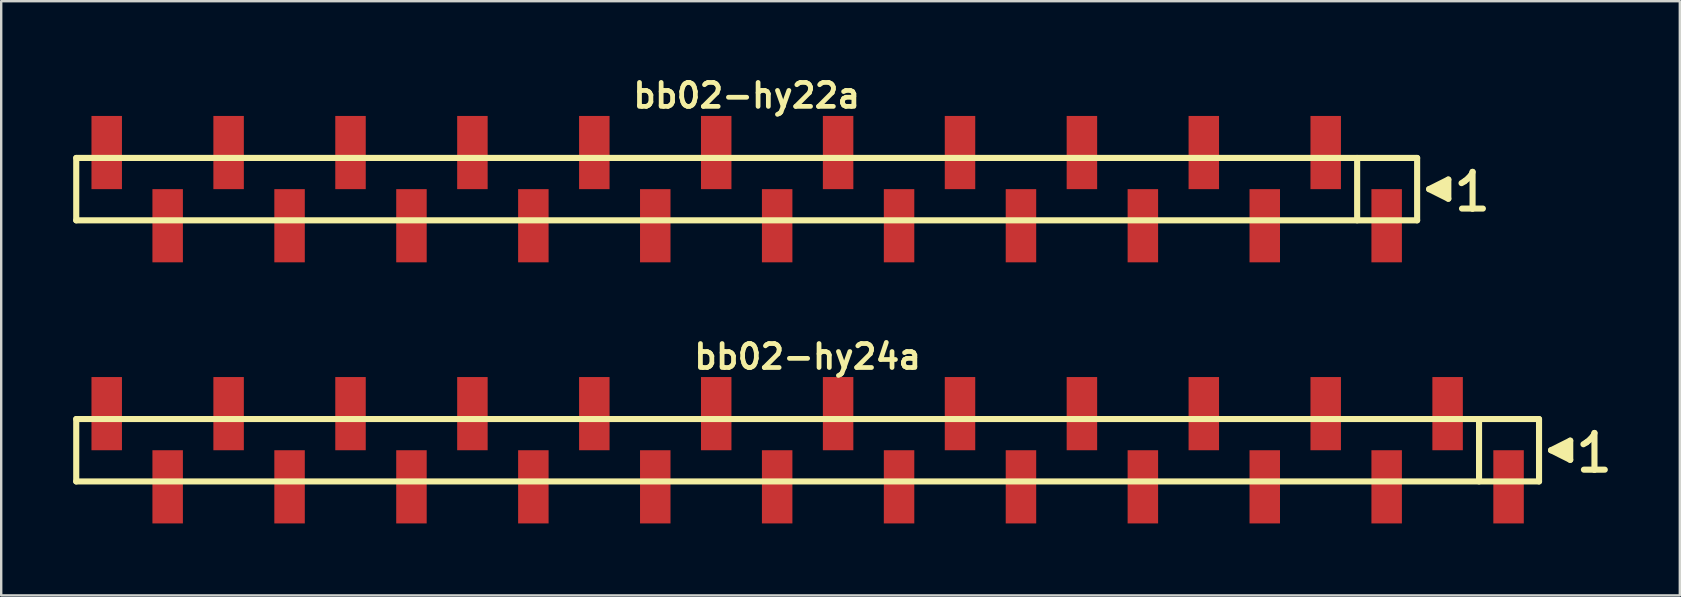
<source format=kicad_pcb>
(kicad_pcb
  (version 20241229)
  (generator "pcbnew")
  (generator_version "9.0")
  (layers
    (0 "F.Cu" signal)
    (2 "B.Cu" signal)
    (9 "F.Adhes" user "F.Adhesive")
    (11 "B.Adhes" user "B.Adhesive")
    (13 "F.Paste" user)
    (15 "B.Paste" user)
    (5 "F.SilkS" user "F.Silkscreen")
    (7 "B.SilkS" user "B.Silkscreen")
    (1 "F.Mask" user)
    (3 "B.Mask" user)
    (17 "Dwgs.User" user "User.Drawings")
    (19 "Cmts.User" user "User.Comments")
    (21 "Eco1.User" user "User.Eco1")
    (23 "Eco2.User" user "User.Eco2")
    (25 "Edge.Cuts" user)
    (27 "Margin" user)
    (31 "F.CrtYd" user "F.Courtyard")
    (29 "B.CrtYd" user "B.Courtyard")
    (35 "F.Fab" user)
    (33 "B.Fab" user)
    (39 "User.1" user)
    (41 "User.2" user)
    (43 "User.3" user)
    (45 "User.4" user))
  (footprint "bb02-hy22a"
    (layer "F.Cu")
    (at 28.067 4.832)
    (property "Reference" "bb02-hy22a" (at 0 -3.9 0) (layer "F.SilkS") (effects (font (size 0.998 0.998) (thickness 0.198))))
    (attr through_hole)
    (fp_line (start -27.94 -1.3) (end 27.94 -1.3) (stroke (width 0.254) (type solid)) (layer "F.SilkS"))
    (fp_line (start -27.94 1.3) (end -27.94 -1.3) (stroke (width 0.254) (type solid)) (layer "F.SilkS"))
    (fp_line (start 25.44 1.3) (end 25.44 -1.3) (stroke (width 0.254) (type solid)) (layer "F.SilkS"))
    (fp_line (start 27.94 -1.3) (end 27.94 1.3) (stroke (width 0.254) (type solid)) (layer "F.SilkS"))
    (fp_line (start 27.94 1.3) (end -27.94 1.3) (stroke (width 0.254) (type solid)) (layer "F.SilkS"))
    (fp_line (start 28.44 0) (end 29.24 0.4) (stroke (width 0.254) (type solid)) (layer "F.SilkS"))
    (fp_line (start 28.74 0.1) (end 28.74 -0.1) (stroke (width 0.254) (type solid)) (layer "F.SilkS"))
    (fp_line (start 28.84 -0.1) (end 28.84 0.1) (stroke (width 0.254) (type solid)) (layer "F.SilkS"))
    (fp_line (start 28.94 0.2) (end 28.94 -0.2) (stroke (width 0.254) (type solid)) (layer "F.SilkS"))
    (fp_line (start 29.04 -0.2) (end 29.04 0.2) (stroke (width 0.254) (type solid)) (layer "F.SilkS"))
    (fp_line (start 29.14 0.3) (end 29.14 -0.3) (stroke (width 0.254) (type solid)) (layer "F.SilkS"))
    (fp_line (start 29.24 -0.4) (end 28.44 0) (stroke (width 0.254) (type solid)) (layer "F.SilkS"))
    (fp_line (start 29.24 0.4) (end 29.24 -0.4) (stroke (width 0.254) (type solid)) (layer "F.SilkS"))
    (fp_line (start 29.79 -0.25) (end 29.92 -0.33) (stroke (width 0.254) (type solid)) (layer "F.SilkS"))
    (fp_line (start 29.92 -0.33) (end 30.08 -0.46) (stroke (width 0.254) (type solid)) (layer "F.SilkS"))
    (fp_line (start 30.08 -0.46) (end 30.22 -0.63) (stroke (width 0.254) (type solid)) (layer "F.SilkS"))
    (fp_line (start 30.22 -0.63) (end 30.25 -0.72) (stroke (width 0.254) (type solid)) (layer "F.SilkS"))
    (fp_line (start 30.25 -0.72) (end 30.25 0.81) (stroke (width 0.254) (type solid)) (layer "F.SilkS"))
    (fp_line (start 30.25 0.81) (end 29.81 0.81) (stroke (width 0.254) (type solid)) (layer "F.SilkS"))
    (fp_line (start 30.68 0.81) (end 30.24 0.81) (stroke (width 0.254) (type solid)) (layer "F.SilkS"))
    (pad "1" smd rect (at 26.67 1.525) (size 1.27 3.05) (layers "F.Cu" "F.Mask" "F.Paste"))
    (pad "2" smd rect (at 24.13 -1.525) (size 1.27 3.05) (layers "F.Cu" "F.Mask" "F.Paste"))
    (pad "3" smd rect (at 21.59 1.525) (size 1.27 3.05) (layers "F.Cu" "F.Mask" "F.Paste"))
    (pad "4" smd rect (at 19.05 -1.525) (size 1.27 3.05) (layers "F.Cu" "F.Mask" "F.Paste"))
    (pad "5" smd rect (at 16.51 1.525) (size 1.27 3.05) (layers "F.Cu" "F.Mask" "F.Paste"))
    (pad "6" smd rect (at 13.97 -1.525) (size 1.27 3.05) (layers "F.Cu" "F.Mask" "F.Paste"))
    (pad "7" smd rect (at 11.43 1.525) (size 1.27 3.05) (layers "F.Cu" "F.Mask" "F.Paste"))
    (pad "8" smd rect (at 8.89 -1.525) (size 1.27 3.05) (layers "F.Cu" "F.Mask" "F.Paste"))
    (pad "9" smd rect (at 6.35 1.525) (size 1.27 3.05) (layers "F.Cu" "F.Mask" "F.Paste"))
    (pad "10" smd rect (at 3.81 -1.525) (size 1.27 3.05) (layers "F.Cu" "F.Mask" "F.Paste"))
    (pad "11" smd rect (at 1.27 1.525) (size 1.27 3.05) (layers "F.Cu" "F.Mask" "F.Paste"))
    (pad "12" smd rect (at -1.27 -1.525) (size 1.27 3.05) (layers "F.Cu" "F.Mask" "F.Paste"))
    (pad "13" smd rect (at -3.81 1.525) (size 1.27 3.05) (layers "F.Cu" "F.Mask" "F.Paste"))
    (pad "14" smd rect (at -6.35 -1.525) (size 1.27 3.05) (layers "F.Cu" "F.Mask" "F.Paste"))
    (pad "15" smd rect (at -8.89 1.525) (size 1.27 3.05) (layers "F.Cu" "F.Mask" "F.Paste"))
    (pad "16" smd rect (at -11.43 -1.525) (size 1.27 3.05) (layers "F.Cu" "F.Mask" "F.Paste"))
    (pad "17" smd rect (at -13.97 1.525) (size 1.27 3.05) (layers "F.Cu" "F.Mask" "F.Paste"))
    (pad "18" smd rect (at -16.51 -1.525) (size 1.27 3.05) (layers "F.Cu" "F.Mask" "F.Paste"))
    (pad "19" smd rect (at -19.05 1.525) (size 1.27 3.05) (layers "F.Cu" "F.Mask" "F.Paste"))
    (pad "20" smd rect (at -21.59 -1.525) (size 1.27 3.05) (layers "F.Cu" "F.Mask" "F.Paste"))
    (pad "21" smd rect (at -24.13 1.525) (size 1.27 3.05) (layers "F.Cu" "F.Mask" "F.Paste"))
    (pad "22" smd rect (at -26.67 -1.525) (size 1.27 3.05) (layers "F.Cu" "F.Mask" "F.Paste")))
  (footprint "bb02-hy24a"
    (layer "F.Cu")
    (at 30.607 15.713)
    (property "Reference" "bb02-hy24a" (at 0 -3.9 0) (layer "F.SilkS") (effects (font (size 0.998 0.998) (thickness 0.198))))
    (attr through_hole)
    (fp_line (start -30.48 -1.3) (end 30.48 -1.3) (stroke (width 0.254) (type solid)) (layer "F.SilkS"))
    (fp_line (start -30.48 1.3) (end -30.48 -1.3) (stroke (width 0.254) (type solid)) (layer "F.SilkS"))
    (fp_line (start 27.98 1.3) (end 27.98 -1.3) (stroke (width 0.254) (type solid)) (layer "F.SilkS"))
    (fp_line (start 30.48 -1.3) (end 30.48 1.3) (stroke (width 0.254) (type solid)) (layer "F.SilkS"))
    (fp_line (start 30.48 1.3) (end -30.48 1.3) (stroke (width 0.254) (type solid)) (layer "F.SilkS"))
    (fp_line (start 30.98 0) (end 31.78 0.4) (stroke (width 0.254) (type solid)) (layer "F.SilkS"))
    (fp_line (start 31.28 0.1) (end 31.28 -0.1) (stroke (width 0.254) (type solid)) (layer "F.SilkS"))
    (fp_line (start 31.38 -0.1) (end 31.38 0.1) (stroke (width 0.254) (type solid)) (layer "F.SilkS"))
    (fp_line (start 31.48 0.2) (end 31.48 -0.2) (stroke (width 0.254) (type solid)) (layer "F.SilkS"))
    (fp_line (start 31.58 -0.2) (end 31.58 0.2) (stroke (width 0.254) (type solid)) (layer "F.SilkS"))
    (fp_line (start 31.68 0.3) (end 31.68 -0.3) (stroke (width 0.254) (type solid)) (layer "F.SilkS"))
    (fp_line (start 31.78 -0.4) (end 30.98 0) (stroke (width 0.254) (type solid)) (layer "F.SilkS"))
    (fp_line (start 31.78 0.4) (end 31.78 -0.4) (stroke (width 0.254) (type solid)) (layer "F.SilkS"))
    (fp_line (start 32.33 -0.25) (end 32.46 -0.33) (stroke (width 0.254) (type solid)) (layer "F.SilkS"))
    (fp_line (start 32.46 -0.33) (end 32.62 -0.46) (stroke (width 0.254) (type solid)) (layer "F.SilkS"))
    (fp_line (start 32.62 -0.46) (end 32.76 -0.63) (stroke (width 0.254) (type solid)) (layer "F.SilkS"))
    (fp_line (start 32.76 -0.63) (end 32.79 -0.72) (stroke (width 0.254) (type solid)) (layer "F.SilkS"))
    (fp_line (start 32.79 -0.72) (end 32.79 0.81) (stroke (width 0.254) (type solid)) (layer "F.SilkS"))
    (fp_line (start 32.79 0.81) (end 32.35 0.81) (stroke (width 0.254) (type solid)) (layer "F.SilkS"))
    (fp_line (start 33.22 0.81) (end 32.78 0.81) (stroke (width 0.254) (type solid)) (layer "F.SilkS"))
    (pad "1" smd rect (at 29.21 1.525) (size 1.27 3.05) (layers "F.Cu" "F.Mask" "F.Paste"))
    (pad "2" smd rect (at 26.67 -1.525) (size 1.27 3.05) (layers "F.Cu" "F.Mask" "F.Paste"))
    (pad "3" smd rect (at 24.13 1.525) (size 1.27 3.05) (layers "F.Cu" "F.Mask" "F.Paste"))
    (pad "4" smd rect (at 21.59 -1.525) (size 1.27 3.05) (layers "F.Cu" "F.Mask" "F.Paste"))
    (pad "5" smd rect (at 19.05 1.525) (size 1.27 3.05) (layers "F.Cu" "F.Mask" "F.Paste"))
    (pad "6" smd rect (at 16.51 -1.525) (size 1.27 3.05) (layers "F.Cu" "F.Mask" "F.Paste"))
    (pad "7" smd rect (at 13.97 1.525) (size 1.27 3.05) (layers "F.Cu" "F.Mask" "F.Paste"))
    (pad "8" smd rect (at 11.43 -1.525) (size 1.27 3.05) (layers "F.Cu" "F.Mask" "F.Paste"))
    (pad "9" smd rect (at 8.89 1.525) (size 1.27 3.05) (layers "F.Cu" "F.Mask" "F.Paste"))
    (pad "10" smd rect (at 6.35 -1.525) (size 1.27 3.05) (layers "F.Cu" "F.Mask" "F.Paste"))
    (pad "11" smd rect (at 3.81 1.525) (size 1.27 3.05) (layers "F.Cu" "F.Mask" "F.Paste"))
    (pad "12" smd rect (at 1.27 -1.525) (size 1.27 3.05) (layers "F.Cu" "F.Mask" "F.Paste"))
    (pad "13" smd rect (at -1.27 1.525) (size 1.27 3.05) (layers "F.Cu" "F.Mask" "F.Paste"))
    (pad "14" smd rect (at -3.81 -1.525) (size 1.27 3.05) (layers "F.Cu" "F.Mask" "F.Paste"))
    (pad "15" smd rect (at -6.35 1.525) (size 1.27 3.05) (layers "F.Cu" "F.Mask" "F.Paste"))
    (pad "16" smd rect (at -8.89 -1.525) (size 1.27 3.05) (layers "F.Cu" "F.Mask" "F.Paste"))
    (pad "17" smd rect (at -11.43 1.525) (size 1.27 3.05) (layers "F.Cu" "F.Mask" "F.Paste"))
    (pad "18" smd rect (at -13.97 -1.525) (size 1.27 3.05) (layers "F.Cu" "F.Mask" "F.Paste"))
    (pad "19" smd rect (at -16.51 1.525) (size 1.27 3.05) (layers "F.Cu" "F.Mask" "F.Paste"))
    (pad "20" smd rect (at -19.05 -1.525) (size 1.27 3.05) (layers "F.Cu" "F.Mask" "F.Paste"))
    (pad "21" smd rect (at -21.59 1.525) (size 1.27 3.05) (layers "F.Cu" "F.Mask" "F.Paste"))
    (pad "22" smd rect (at -24.13 -1.525) (size 1.27 3.05) (layers "F.Cu" "F.Mask" "F.Paste"))
    (pad "23" smd rect (at -26.67 1.525) (size 1.27 3.05) (layers "F.Cu" "F.Mask" "F.Paste"))
    (pad "24" smd rect (at -29.21 -1.525) (size 1.27 3.05) (layers "F.Cu" "F.Mask" "F.Paste")))
  (gr_rect
    (start -3 -3)
    (end 66.954 21.763)
    (stroke (width 0.1) (type default))
    (fill no)
    (layer "Edge.Cuts")))
</source>
